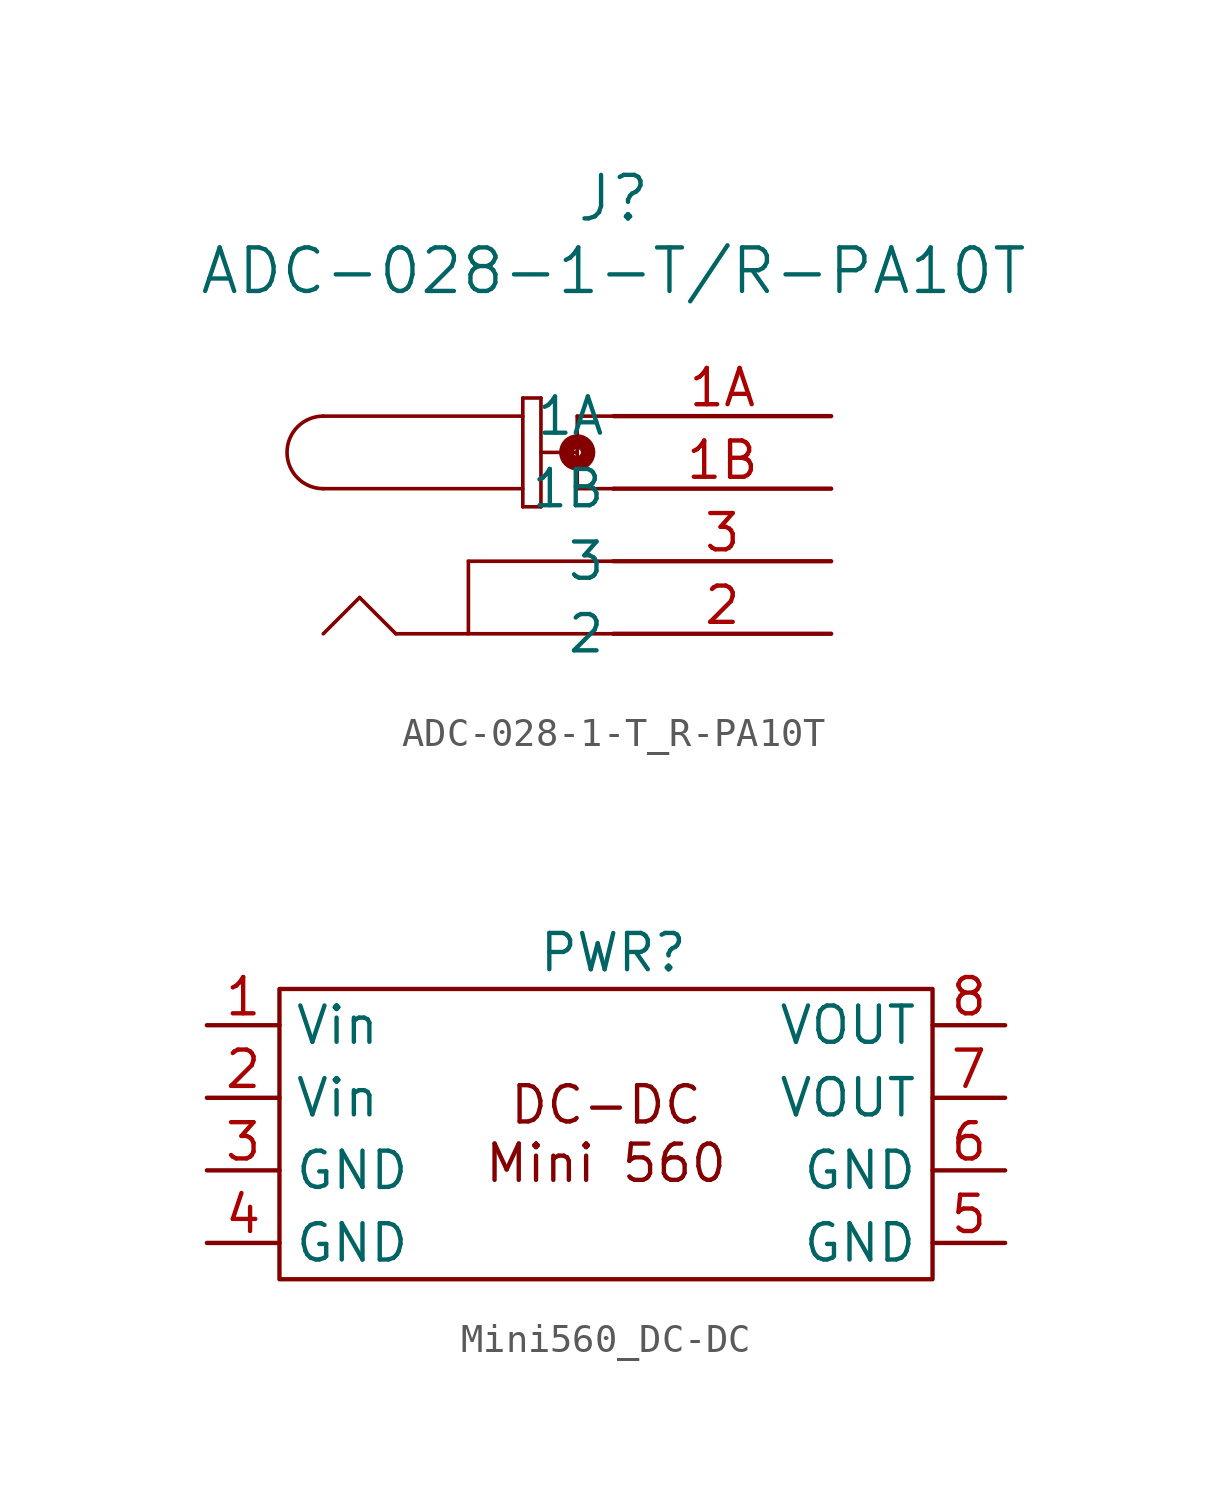
<source format=kicad_sym>
(kicad_symbol_lib
  (version 20231120)
  (generator "kicad_symbol_editor")
  (generator_version "8.0")
  (symbol "ADC-028-1-T_R-PA10T"
    (pin_names
      (offset 0.254))
    (property "Reference" "J"
      (at -7.62 7.62 0)
      (effects (font (size 1.524 1.524))))
    (property "Value" "ADC-028-1-T/R-PA10T"
      (at -7.62 5.08 0)
      (effects (font (size 1.524 1.524))))
    (symbol "ADC-028-1-T_R-PA10T_0_1"
      (arc (start -17.78 0) (mid -19.0444 -1.27) (end -17.78 -2.54) (stroke (width 0.127) (type default)) (fill (type none)))
      (circle (center -8.89 -1.27) (radius 0.127) (stroke (width 0.508) (type default)) (fill (type none)))
      (polyline (pts (xy -17.78 0) (xy -10.795 0)) (stroke (width 0.127) (type default)) (fill (type none)))
      (polyline (pts (xy -16.51 -6.35) (xy -17.78 -7.62)) (stroke (width 0.127) (type default)) (fill (type none)))
      (polyline (pts (xy -15.24 -7.62) (xy -16.51 -6.35)) (stroke (width 0.127) (type default)) (fill (type none)))
      (polyline (pts (xy -12.7 -5.08) (xy -12.7 -7.62)) (stroke (width 0.127) (type default)) (fill (type none)))
      (polyline (pts (xy -10.795 -3.175) (xy -10.16 -3.175)) (stroke (width 0.127) (type default)) (fill (type none)))
      (polyline (pts (xy -10.795 -2.54) (xy -17.78 -2.54)) (stroke (width 0.127) (type default)) (fill (type none)))
      (polyline (pts (xy -10.795 0.635) (xy -10.795 -3.175)) (stroke (width 0.127) (type default)) (fill (type none)))
      (polyline (pts (xy -10.795 0.635) (xy -10.16 0.635)) (stroke (width 0.127) (type default)) (fill (type none)))
      (polyline (pts (xy -10.16 0.635) (xy -10.16 -3.175)) (stroke (width 0.127) (type default)) (fill (type none)))
      (polyline (pts (xy -8.89 -2.54) (xy -7.62 -2.54)) (stroke (width 0.127) (type default)) (fill (type none)))
      (polyline (pts (xy -8.89 -1.27) (xy -10.16 -1.27)) (stroke (width 0.127) (type default)) (fill (type none)))
      (polyline (pts (xy -8.89 0) (xy -8.89 -2.54)) (stroke (width 0.127) (type default)) (fill (type none)))
      (polyline (pts (xy -8.89 0) (xy -7.62 0)) (stroke (width 0.127) (type default)) (fill (type none)))
      (polyline (pts (xy -7.62 -7.62) (xy -15.24 -7.62)) (stroke (width 0.127) (type default)) (fill (type none)))
      (polyline (pts (xy -7.62 -5.08) (xy -12.7 -5.08)) (stroke (width 0.127) (type default)) (fill (type none)))
      (pin unspecified line (at 0 0 180) (length 7.62) (name "1A" (effects (font (size 1.27 1.27)))) (number "1A" (effects (font (size 1.27 1.27)))))
      (pin unspecified line (at 0 -2.54 180) (length 7.62) (name "1B" (effects (font (size 1.27 1.27)))) (number "1B" (effects (font (size 1.27 1.27)))))
      (pin unspecified line (at 0 -7.62 180) (length 7.62) (name "2" (effects (font (size 1.27 1.27)))) (number "2" (effects (font (size 1.27 1.27)))))
      (pin unspecified line (at 0 -5.08 180) (length 7.62) (name "3" (effects (font (size 1.27 1.27)))) (number "3" (effects (font (size 1.27 1.27)))))))
  (symbol "Mini560_DC-DC"
    (property "Reference" "PWR"
      (at 14.224 2.54 0)
      (effects (font (size 1.27 1.27))))
    (symbol "Mini560_DC-DC_0_1"
      (rectangle (start 2.54 1.27) (end 25.4 -8.89) (stroke (width 0) (type default)) (fill (type none))))
    (symbol "Mini560_DC-DC_1_1"
      (text "DC-DC\nMini 560" (at 13.97 -3.81 0) (effects (font (size 1.27 1.27))))
      (pin input line (at 0 0 0) (length 2.54) (name "Vin" (effects (font (size 1.27 1.27)))) (number "1" (effects (font (size 1.27 1.27)))))
      (pin input line (at 0 -2.54 0) (length 2.54) (name "Vin" (effects (font (size 1.27 1.27)))) (number "2" (effects (font (size 1.27 1.27)))))
      (pin input line (at 0 -5.08 0) (length 2.54) (name "GND" (effects (font (size 1.27 1.27)))) (number "3" (effects (font (size 1.27 1.27)))))
      (pin input line (at 0 -7.62 0) (length 2.54) (name "GND" (effects (font (size 1.27 1.27)))) (number "4" (effects (font (size 1.27 1.27)))))
      (pin input line (at 27.94 -7.62 180) (length 2.54) (name "GND" (effects (font (size 1.27 1.27)))) (number "5" (effects (font (size 1.27 1.27)))))
      (pin input line (at 27.94 -5.08 180) (length 2.54) (name "GND" (effects (font (size 1.27 1.27)))) (number "6" (effects (font (size 1.27 1.27)))))
      (pin input line (at 27.94 -2.54 180) (length 2.54) (name "VOUT" (effects (font (size 1.27 1.27)))) (number "7" (effects (font (size 1.27 1.27)))))
      (pin input line (at 27.94 0 180) (length 2.54) (name "VOUT" (effects (font (size 1.27 1.27)))) (number "8" (effects (font (size 1.27 1.27))))))))
</source>
